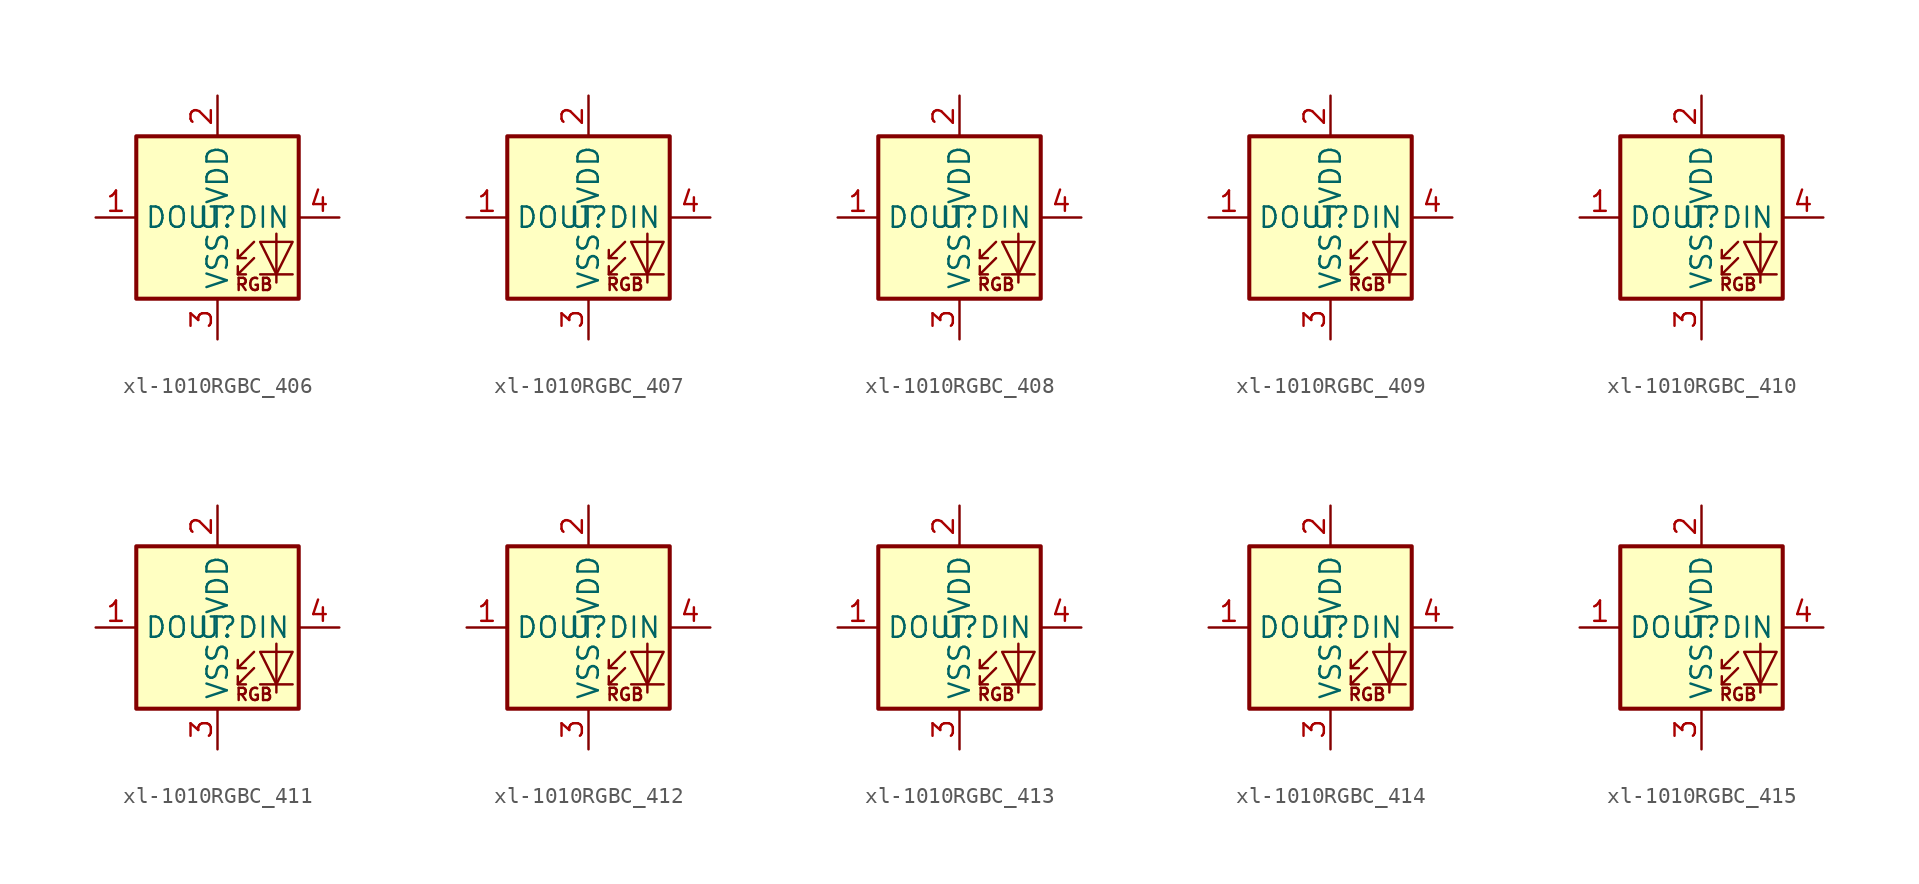
<source format=kicad_sym>
(kicad_symbol_lib
  (version 20231120)
  (generator "kicad_symbol_editor")
  (generator_version "8.0")
  (symbol "xl-1010RGBC_406"
    (property "Reference" "U"
      (at 0 0 0)
      (effects (font (size 1.27 1.27))))
    (property "Value" ""
      (at 0 0 0)
      (effects (font (size 1.27 1.27))))
    (symbol "xl-1010RGBC_406_0_0"
      (text "RGB" (at 2.286 -4.191 0) (effects (font (size 0.762 0.762)))))
    (symbol "xl-1010RGBC_406_0_1"
      (polyline (pts (xy 1.27 -3.556) (xy 1.778 -3.556)) (stroke (width 0) (type default)) (fill (type none)))
      (polyline (pts (xy 1.27 -2.54) (xy 1.778 -2.54)) (stroke (width 0) (type default)) (fill (type none)))
      (polyline (pts (xy 4.699 -3.556) (xy 2.667 -3.556)) (stroke (width 0) (type default)) (fill (type none)))
      (polyline (pts (xy 2.286 -2.54) (xy 1.27 -3.556) (xy 1.27 -3.048)) (stroke (width 0) (type default)) (fill (type none)))
      (polyline (pts (xy 2.286 -1.524) (xy 1.27 -2.54) (xy 1.27 -2.032)) (stroke (width 0) (type default)) (fill (type none)))
      (polyline (pts (xy 3.683 -1.016) (xy 3.683 -3.556) (xy 3.683 -4.064)) (stroke (width 0) (type default)) (fill (type none)))
      (polyline (pts (xy 4.699 -1.524) (xy 2.667 -1.524) (xy 3.683 -3.556) (xy 4.699 -1.524)) (stroke (width 0) (type default)) (fill (type none)))
      (rectangle (start 5.08 5.08) (end -5.08 -5.08) (stroke (width 0.254) (type default)) (fill (type background))))
    (symbol "xl-1010RGBC_406_1_1"
      (pin output line (at -7.62 0 0) (length 2.54) (name "DOUT" (effects (font (size 1.27 1.27)))) (number "1" (effects (font (size 1.27 1.27)))))
      (pin power_in line (at 0 7.62 270) (length 2.54) (name "VDD" (effects (font (size 1.27 1.27)))) (number "2" (effects (font (size 1.27 1.27)))))
      (pin power_in line (at 0 -7.62 90) (length 2.54) (name "VSS" (effects (font (size 1.27 1.27)))) (number "3" (effects (font (size 1.27 1.27)))))
      (pin input line (at 7.62 0 180) (length 2.54) (name "DIN" (effects (font (size 1.27 1.27)))) (number "4" (effects (font (size 1.27 1.27)))))))
  (symbol "xl-1010RGBC_407"
    (property "Reference" "U"
      (at 0 0 0)
      (effects (font (size 1.27 1.27))))
    (property "Value" ""
      (at 0 0 0)
      (effects (font (size 1.27 1.27))))
    (symbol "xl-1010RGBC_407_0_0"
      (text "RGB" (at 2.286 -4.191 0) (effects (font (size 0.762 0.762)))))
    (symbol "xl-1010RGBC_407_0_1"
      (polyline (pts (xy 1.27 -3.556) (xy 1.778 -3.556)) (stroke (width 0) (type default)) (fill (type none)))
      (polyline (pts (xy 1.27 -2.54) (xy 1.778 -2.54)) (stroke (width 0) (type default)) (fill (type none)))
      (polyline (pts (xy 4.699 -3.556) (xy 2.667 -3.556)) (stroke (width 0) (type default)) (fill (type none)))
      (polyline (pts (xy 2.286 -2.54) (xy 1.27 -3.556) (xy 1.27 -3.048)) (stroke (width 0) (type default)) (fill (type none)))
      (polyline (pts (xy 2.286 -1.524) (xy 1.27 -2.54) (xy 1.27 -2.032)) (stroke (width 0) (type default)) (fill (type none)))
      (polyline (pts (xy 3.683 -1.016) (xy 3.683 -3.556) (xy 3.683 -4.064)) (stroke (width 0) (type default)) (fill (type none)))
      (polyline (pts (xy 4.699 -1.524) (xy 2.667 -1.524) (xy 3.683 -3.556) (xy 4.699 -1.524)) (stroke (width 0) (type default)) (fill (type none)))
      (rectangle (start 5.08 5.08) (end -5.08 -5.08) (stroke (width 0.254) (type default)) (fill (type background))))
    (symbol "xl-1010RGBC_407_1_1"
      (pin output line (at -7.62 0 0) (length 2.54) (name "DOUT" (effects (font (size 1.27 1.27)))) (number "1" (effects (font (size 1.27 1.27)))))
      (pin power_in line (at 0 7.62 270) (length 2.54) (name "VDD" (effects (font (size 1.27 1.27)))) (number "2" (effects (font (size 1.27 1.27)))))
      (pin power_in line (at 0 -7.62 90) (length 2.54) (name "VSS" (effects (font (size 1.27 1.27)))) (number "3" (effects (font (size 1.27 1.27)))))
      (pin input line (at 7.62 0 180) (length 2.54) (name "DIN" (effects (font (size 1.27 1.27)))) (number "4" (effects (font (size 1.27 1.27)))))))
  (symbol "xl-1010RGBC_408"
    (property "Reference" "U"
      (at 0 0 0)
      (effects (font (size 1.27 1.27))))
    (property "Value" ""
      (at 0 0 0)
      (effects (font (size 1.27 1.27))))
    (symbol "xl-1010RGBC_408_0_0"
      (text "RGB" (at 2.286 -4.191 0) (effects (font (size 0.762 0.762)))))
    (symbol "xl-1010RGBC_408_0_1"
      (polyline (pts (xy 1.27 -3.556) (xy 1.778 -3.556)) (stroke (width 0) (type default)) (fill (type none)))
      (polyline (pts (xy 1.27 -2.54) (xy 1.778 -2.54)) (stroke (width 0) (type default)) (fill (type none)))
      (polyline (pts (xy 4.699 -3.556) (xy 2.667 -3.556)) (stroke (width 0) (type default)) (fill (type none)))
      (polyline (pts (xy 2.286 -2.54) (xy 1.27 -3.556) (xy 1.27 -3.048)) (stroke (width 0) (type default)) (fill (type none)))
      (polyline (pts (xy 2.286 -1.524) (xy 1.27 -2.54) (xy 1.27 -2.032)) (stroke (width 0) (type default)) (fill (type none)))
      (polyline (pts (xy 3.683 -1.016) (xy 3.683 -3.556) (xy 3.683 -4.064)) (stroke (width 0) (type default)) (fill (type none)))
      (polyline (pts (xy 4.699 -1.524) (xy 2.667 -1.524) (xy 3.683 -3.556) (xy 4.699 -1.524)) (stroke (width 0) (type default)) (fill (type none)))
      (rectangle (start 5.08 5.08) (end -5.08 -5.08) (stroke (width 0.254) (type default)) (fill (type background))))
    (symbol "xl-1010RGBC_408_1_1"
      (pin output line (at -7.62 0 0) (length 2.54) (name "DOUT" (effects (font (size 1.27 1.27)))) (number "1" (effects (font (size 1.27 1.27)))))
      (pin power_in line (at 0 7.62 270) (length 2.54) (name "VDD" (effects (font (size 1.27 1.27)))) (number "2" (effects (font (size 1.27 1.27)))))
      (pin power_in line (at 0 -7.62 90) (length 2.54) (name "VSS" (effects (font (size 1.27 1.27)))) (number "3" (effects (font (size 1.27 1.27)))))
      (pin input line (at 7.62 0 180) (length 2.54) (name "DIN" (effects (font (size 1.27 1.27)))) (number "4" (effects (font (size 1.27 1.27)))))))
  (symbol "xl-1010RGBC_409"
    (property "Reference" "U"
      (at 0 0 0)
      (effects (font (size 1.27 1.27))))
    (property "Value" ""
      (at 0 0 0)
      (effects (font (size 1.27 1.27))))
    (symbol "xl-1010RGBC_409_0_0"
      (text "RGB" (at 2.286 -4.191 0) (effects (font (size 0.762 0.762)))))
    (symbol "xl-1010RGBC_409_0_1"
      (polyline (pts (xy 1.27 -3.556) (xy 1.778 -3.556)) (stroke (width 0) (type default)) (fill (type none)))
      (polyline (pts (xy 1.27 -2.54) (xy 1.778 -2.54)) (stroke (width 0) (type default)) (fill (type none)))
      (polyline (pts (xy 4.699 -3.556) (xy 2.667 -3.556)) (stroke (width 0) (type default)) (fill (type none)))
      (polyline (pts (xy 2.286 -2.54) (xy 1.27 -3.556) (xy 1.27 -3.048)) (stroke (width 0) (type default)) (fill (type none)))
      (polyline (pts (xy 2.286 -1.524) (xy 1.27 -2.54) (xy 1.27 -2.032)) (stroke (width 0) (type default)) (fill (type none)))
      (polyline (pts (xy 3.683 -1.016) (xy 3.683 -3.556) (xy 3.683 -4.064)) (stroke (width 0) (type default)) (fill (type none)))
      (polyline (pts (xy 4.699 -1.524) (xy 2.667 -1.524) (xy 3.683 -3.556) (xy 4.699 -1.524)) (stroke (width 0) (type default)) (fill (type none)))
      (rectangle (start 5.08 5.08) (end -5.08 -5.08) (stroke (width 0.254) (type default)) (fill (type background))))
    (symbol "xl-1010RGBC_409_1_1"
      (pin output line (at -7.62 0 0) (length 2.54) (name "DOUT" (effects (font (size 1.27 1.27)))) (number "1" (effects (font (size 1.27 1.27)))))
      (pin power_in line (at 0 7.62 270) (length 2.54) (name "VDD" (effects (font (size 1.27 1.27)))) (number "2" (effects (font (size 1.27 1.27)))))
      (pin power_in line (at 0 -7.62 90) (length 2.54) (name "VSS" (effects (font (size 1.27 1.27)))) (number "3" (effects (font (size 1.27 1.27)))))
      (pin input line (at 7.62 0 180) (length 2.54) (name "DIN" (effects (font (size 1.27 1.27)))) (number "4" (effects (font (size 1.27 1.27)))))))
  (symbol "xl-1010RGBC_410"
    (property "Reference" "U"
      (at 0 0 0)
      (effects (font (size 1.27 1.27))))
    (property "Value" ""
      (at 0 0 0)
      (effects (font (size 1.27 1.27))))
    (symbol "xl-1010RGBC_410_0_0"
      (text "RGB" (at 2.286 -4.191 0) (effects (font (size 0.762 0.762)))))
    (symbol "xl-1010RGBC_410_0_1"
      (polyline (pts (xy 1.27 -3.556) (xy 1.778 -3.556)) (stroke (width 0) (type default)) (fill (type none)))
      (polyline (pts (xy 1.27 -2.54) (xy 1.778 -2.54)) (stroke (width 0) (type default)) (fill (type none)))
      (polyline (pts (xy 4.699 -3.556) (xy 2.667 -3.556)) (stroke (width 0) (type default)) (fill (type none)))
      (polyline (pts (xy 2.286 -2.54) (xy 1.27 -3.556) (xy 1.27 -3.048)) (stroke (width 0) (type default)) (fill (type none)))
      (polyline (pts (xy 2.286 -1.524) (xy 1.27 -2.54) (xy 1.27 -2.032)) (stroke (width 0) (type default)) (fill (type none)))
      (polyline (pts (xy 3.683 -1.016) (xy 3.683 -3.556) (xy 3.683 -4.064)) (stroke (width 0) (type default)) (fill (type none)))
      (polyline (pts (xy 4.699 -1.524) (xy 2.667 -1.524) (xy 3.683 -3.556) (xy 4.699 -1.524)) (stroke (width 0) (type default)) (fill (type none)))
      (rectangle (start 5.08 5.08) (end -5.08 -5.08) (stroke (width 0.254) (type default)) (fill (type background))))
    (symbol "xl-1010RGBC_410_1_1"
      (pin output line (at -7.62 0 0) (length 2.54) (name "DOUT" (effects (font (size 1.27 1.27)))) (number "1" (effects (font (size 1.27 1.27)))))
      (pin power_in line (at 0 7.62 270) (length 2.54) (name "VDD" (effects (font (size 1.27 1.27)))) (number "2" (effects (font (size 1.27 1.27)))))
      (pin power_in line (at 0 -7.62 90) (length 2.54) (name "VSS" (effects (font (size 1.27 1.27)))) (number "3" (effects (font (size 1.27 1.27)))))
      (pin input line (at 7.62 0 180) (length 2.54) (name "DIN" (effects (font (size 1.27 1.27)))) (number "4" (effects (font (size 1.27 1.27)))))))
  (symbol "xl-1010RGBC_411"
    (property "Reference" "U"
      (at 0 0 0)
      (effects (font (size 1.27 1.27))))
    (property "Value" ""
      (at 0 0 0)
      (effects (font (size 1.27 1.27))))
    (symbol "xl-1010RGBC_411_0_0"
      (text "RGB" (at 2.286 -4.191 0) (effects (font (size 0.762 0.762)))))
    (symbol "xl-1010RGBC_411_0_1"
      (polyline (pts (xy 1.27 -3.556) (xy 1.778 -3.556)) (stroke (width 0) (type default)) (fill (type none)))
      (polyline (pts (xy 1.27 -2.54) (xy 1.778 -2.54)) (stroke (width 0) (type default)) (fill (type none)))
      (polyline (pts (xy 4.699 -3.556) (xy 2.667 -3.556)) (stroke (width 0) (type default)) (fill (type none)))
      (polyline (pts (xy 2.286 -2.54) (xy 1.27 -3.556) (xy 1.27 -3.048)) (stroke (width 0) (type default)) (fill (type none)))
      (polyline (pts (xy 2.286 -1.524) (xy 1.27 -2.54) (xy 1.27 -2.032)) (stroke (width 0) (type default)) (fill (type none)))
      (polyline (pts (xy 3.683 -1.016) (xy 3.683 -3.556) (xy 3.683 -4.064)) (stroke (width 0) (type default)) (fill (type none)))
      (polyline (pts (xy 4.699 -1.524) (xy 2.667 -1.524) (xy 3.683 -3.556) (xy 4.699 -1.524)) (stroke (width 0) (type default)) (fill (type none)))
      (rectangle (start 5.08 5.08) (end -5.08 -5.08) (stroke (width 0.254) (type default)) (fill (type background))))
    (symbol "xl-1010RGBC_411_1_1"
      (pin output line (at -7.62 0 0) (length 2.54) (name "DOUT" (effects (font (size 1.27 1.27)))) (number "1" (effects (font (size 1.27 1.27)))))
      (pin power_in line (at 0 7.62 270) (length 2.54) (name "VDD" (effects (font (size 1.27 1.27)))) (number "2" (effects (font (size 1.27 1.27)))))
      (pin power_in line (at 0 -7.62 90) (length 2.54) (name "VSS" (effects (font (size 1.27 1.27)))) (number "3" (effects (font (size 1.27 1.27)))))
      (pin input line (at 7.62 0 180) (length 2.54) (name "DIN" (effects (font (size 1.27 1.27)))) (number "4" (effects (font (size 1.27 1.27)))))))
  (symbol "xl-1010RGBC_412"
    (property "Reference" "U"
      (at 0 0 0)
      (effects (font (size 1.27 1.27))))
    (property "Value" ""
      (at 0 0 0)
      (effects (font (size 1.27 1.27))))
    (symbol "xl-1010RGBC_412_0_0"
      (text "RGB" (at 2.286 -4.191 0) (effects (font (size 0.762 0.762)))))
    (symbol "xl-1010RGBC_412_0_1"
      (polyline (pts (xy 1.27 -3.556) (xy 1.778 -3.556)) (stroke (width 0) (type default)) (fill (type none)))
      (polyline (pts (xy 1.27 -2.54) (xy 1.778 -2.54)) (stroke (width 0) (type default)) (fill (type none)))
      (polyline (pts (xy 4.699 -3.556) (xy 2.667 -3.556)) (stroke (width 0) (type default)) (fill (type none)))
      (polyline (pts (xy 2.286 -2.54) (xy 1.27 -3.556) (xy 1.27 -3.048)) (stroke (width 0) (type default)) (fill (type none)))
      (polyline (pts (xy 2.286 -1.524) (xy 1.27 -2.54) (xy 1.27 -2.032)) (stroke (width 0) (type default)) (fill (type none)))
      (polyline (pts (xy 3.683 -1.016) (xy 3.683 -3.556) (xy 3.683 -4.064)) (stroke (width 0) (type default)) (fill (type none)))
      (polyline (pts (xy 4.699 -1.524) (xy 2.667 -1.524) (xy 3.683 -3.556) (xy 4.699 -1.524)) (stroke (width 0) (type default)) (fill (type none)))
      (rectangle (start 5.08 5.08) (end -5.08 -5.08) (stroke (width 0.254) (type default)) (fill (type background))))
    (symbol "xl-1010RGBC_412_1_1"
      (pin output line (at -7.62 0 0) (length 2.54) (name "DOUT" (effects (font (size 1.27 1.27)))) (number "1" (effects (font (size 1.27 1.27)))))
      (pin power_in line (at 0 7.62 270) (length 2.54) (name "VDD" (effects (font (size 1.27 1.27)))) (number "2" (effects (font (size 1.27 1.27)))))
      (pin power_in line (at 0 -7.62 90) (length 2.54) (name "VSS" (effects (font (size 1.27 1.27)))) (number "3" (effects (font (size 1.27 1.27)))))
      (pin input line (at 7.62 0 180) (length 2.54) (name "DIN" (effects (font (size 1.27 1.27)))) (number "4" (effects (font (size 1.27 1.27)))))))
  (symbol "xl-1010RGBC_413"
    (property "Reference" "U"
      (at 0 0 0)
      (effects (font (size 1.27 1.27))))
    (property "Value" ""
      (at 0 0 0)
      (effects (font (size 1.27 1.27))))
    (symbol "xl-1010RGBC_413_0_0"
      (text "RGB" (at 2.286 -4.191 0) (effects (font (size 0.762 0.762)))))
    (symbol "xl-1010RGBC_413_0_1"
      (polyline (pts (xy 1.27 -3.556) (xy 1.778 -3.556)) (stroke (width 0) (type default)) (fill (type none)))
      (polyline (pts (xy 1.27 -2.54) (xy 1.778 -2.54)) (stroke (width 0) (type default)) (fill (type none)))
      (polyline (pts (xy 4.699 -3.556) (xy 2.667 -3.556)) (stroke (width 0) (type default)) (fill (type none)))
      (polyline (pts (xy 2.286 -2.54) (xy 1.27 -3.556) (xy 1.27 -3.048)) (stroke (width 0) (type default)) (fill (type none)))
      (polyline (pts (xy 2.286 -1.524) (xy 1.27 -2.54) (xy 1.27 -2.032)) (stroke (width 0) (type default)) (fill (type none)))
      (polyline (pts (xy 3.683 -1.016) (xy 3.683 -3.556) (xy 3.683 -4.064)) (stroke (width 0) (type default)) (fill (type none)))
      (polyline (pts (xy 4.699 -1.524) (xy 2.667 -1.524) (xy 3.683 -3.556) (xy 4.699 -1.524)) (stroke (width 0) (type default)) (fill (type none)))
      (rectangle (start 5.08 5.08) (end -5.08 -5.08) (stroke (width 0.254) (type default)) (fill (type background))))
    (symbol "xl-1010RGBC_413_1_1"
      (pin output line (at -7.62 0 0) (length 2.54) (name "DOUT" (effects (font (size 1.27 1.27)))) (number "1" (effects (font (size 1.27 1.27)))))
      (pin power_in line (at 0 7.62 270) (length 2.54) (name "VDD" (effects (font (size 1.27 1.27)))) (number "2" (effects (font (size 1.27 1.27)))))
      (pin power_in line (at 0 -7.62 90) (length 2.54) (name "VSS" (effects (font (size 1.27 1.27)))) (number "3" (effects (font (size 1.27 1.27)))))
      (pin input line (at 7.62 0 180) (length 2.54) (name "DIN" (effects (font (size 1.27 1.27)))) (number "4" (effects (font (size 1.27 1.27)))))))
  (symbol "xl-1010RGBC_414"
    (property "Reference" "U"
      (at 0 0 0)
      (effects (font (size 1.27 1.27))))
    (property "Value" ""
      (at 0 0 0)
      (effects (font (size 1.27 1.27))))
    (symbol "xl-1010RGBC_414_0_0"
      (text "RGB" (at 2.286 -4.191 0) (effects (font (size 0.762 0.762)))))
    (symbol "xl-1010RGBC_414_0_1"
      (polyline (pts (xy 1.27 -3.556) (xy 1.778 -3.556)) (stroke (width 0) (type default)) (fill (type none)))
      (polyline (pts (xy 1.27 -2.54) (xy 1.778 -2.54)) (stroke (width 0) (type default)) (fill (type none)))
      (polyline (pts (xy 4.699 -3.556) (xy 2.667 -3.556)) (stroke (width 0) (type default)) (fill (type none)))
      (polyline (pts (xy 2.286 -2.54) (xy 1.27 -3.556) (xy 1.27 -3.048)) (stroke (width 0) (type default)) (fill (type none)))
      (polyline (pts (xy 2.286 -1.524) (xy 1.27 -2.54) (xy 1.27 -2.032)) (stroke (width 0) (type default)) (fill (type none)))
      (polyline (pts (xy 3.683 -1.016) (xy 3.683 -3.556) (xy 3.683 -4.064)) (stroke (width 0) (type default)) (fill (type none)))
      (polyline (pts (xy 4.699 -1.524) (xy 2.667 -1.524) (xy 3.683 -3.556) (xy 4.699 -1.524)) (stroke (width 0) (type default)) (fill (type none)))
      (rectangle (start 5.08 5.08) (end -5.08 -5.08) (stroke (width 0.254) (type default)) (fill (type background))))
    (symbol "xl-1010RGBC_414_1_1"
      (pin output line (at -7.62 0 0) (length 2.54) (name "DOUT" (effects (font (size 1.27 1.27)))) (number "1" (effects (font (size 1.27 1.27)))))
      (pin power_in line (at 0 7.62 270) (length 2.54) (name "VDD" (effects (font (size 1.27 1.27)))) (number "2" (effects (font (size 1.27 1.27)))))
      (pin power_in line (at 0 -7.62 90) (length 2.54) (name "VSS" (effects (font (size 1.27 1.27)))) (number "3" (effects (font (size 1.27 1.27)))))
      (pin input line (at 7.62 0 180) (length 2.54) (name "DIN" (effects (font (size 1.27 1.27)))) (number "4" (effects (font (size 1.27 1.27)))))))
  (symbol "xl-1010RGBC_415"
    (property "Reference" "U"
      (at 0 0 0)
      (effects (font (size 1.27 1.27))))
    (property "Value" ""
      (at 0 0 0)
      (effects (font (size 1.27 1.27))))
    (symbol "xl-1010RGBC_415_0_0"
      (text "RGB" (at 2.286 -4.191 0) (effects (font (size 0.762 0.762)))))
    (symbol "xl-1010RGBC_415_0_1"
      (polyline (pts (xy 1.27 -3.556) (xy 1.778 -3.556)) (stroke (width 0) (type default)) (fill (type none)))
      (polyline (pts (xy 1.27 -2.54) (xy 1.778 -2.54)) (stroke (width 0) (type default)) (fill (type none)))
      (polyline (pts (xy 4.699 -3.556) (xy 2.667 -3.556)) (stroke (width 0) (type default)) (fill (type none)))
      (polyline (pts (xy 2.286 -2.54) (xy 1.27 -3.556) (xy 1.27 -3.048)) (stroke (width 0) (type default)) (fill (type none)))
      (polyline (pts (xy 2.286 -1.524) (xy 1.27 -2.54) (xy 1.27 -2.032)) (stroke (width 0) (type default)) (fill (type none)))
      (polyline (pts (xy 3.683 -1.016) (xy 3.683 -3.556) (xy 3.683 -4.064)) (stroke (width 0) (type default)) (fill (type none)))
      (polyline (pts (xy 4.699 -1.524) (xy 2.667 -1.524) (xy 3.683 -3.556) (xy 4.699 -1.524)) (stroke (width 0) (type default)) (fill (type none)))
      (rectangle (start 5.08 5.08) (end -5.08 -5.08) (stroke (width 0.254) (type default)) (fill (type background))))
    (symbol "xl-1010RGBC_415_1_1"
      (pin output line (at -7.62 0 0) (length 2.54) (name "DOUT" (effects (font (size 1.27 1.27)))) (number "1" (effects (font (size 1.27 1.27)))))
      (pin power_in line (at 0 7.62 270) (length 2.54) (name "VDD" (effects (font (size 1.27 1.27)))) (number "2" (effects (font (size 1.27 1.27)))))
      (pin power_in line (at 0 -7.62 90) (length 2.54) (name "VSS" (effects (font (size 1.27 1.27)))) (number "3" (effects (font (size 1.27 1.27)))))
      (pin input line (at 7.62 0 180) (length 2.54) (name "DIN" (effects (font (size 1.27 1.27)))) (number "4" (effects (font (size 1.27 1.27))))))))
</source>
